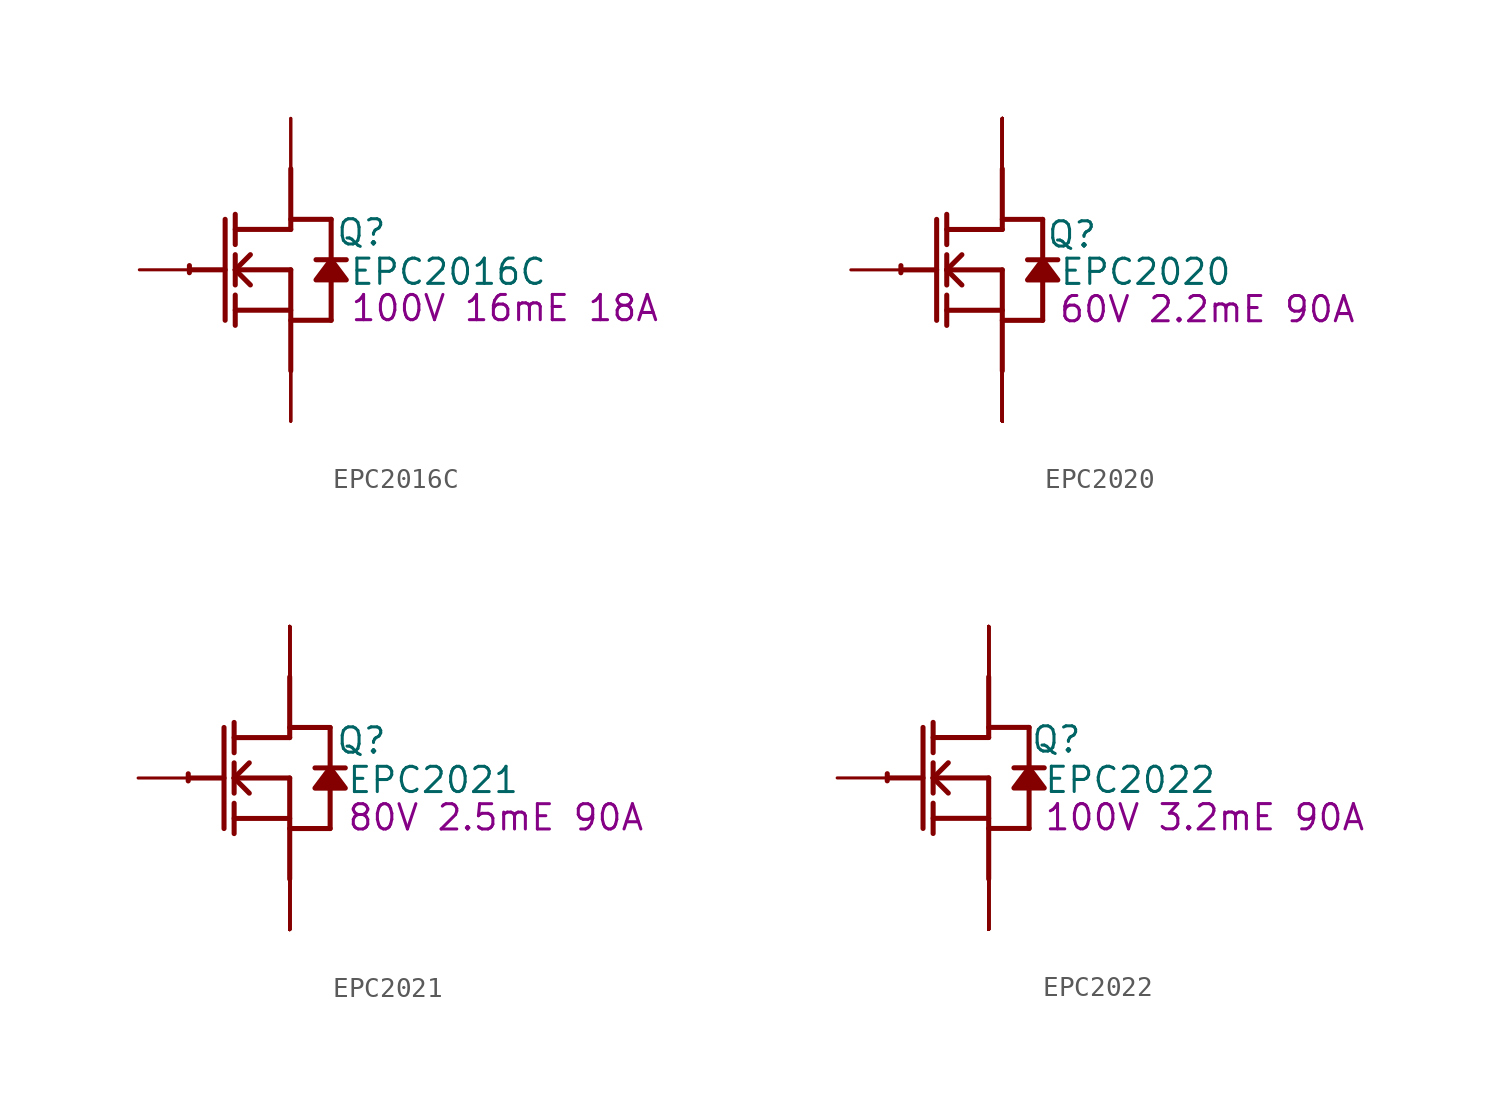
<source format=kicad_sym>
(kicad_symbol_lib
  (version 20241209)
  (generator "kicad_symbol_editor")
  (generator_version "9.0")
  (symbol "EPC2016C"
    (property "Reference" "Q"
      (at 3.556 1.88 0)
      (effects (font (size 1.27 1.27))))
    (property "Value" "EPC2016C"
      (at 7.925 -0.102 0)
      (effects (font (size 1.27 1.27))))
    (property "Description" "100V 16mE 18A"
      (at 10.77 -1.93 0)
      (effects (font (size 1.27 1.27))))
    (symbol "EPC2016C_1_0"
      (polyline (pts (xy -5.08 0) (xy -3.302 0)) (stroke (width 0.254) (type solid)) (fill (type none)))
      (polyline (pts (xy -3.302 2.54) (xy -3.302 -2.54)) (stroke (width 0.254) (type solid)) (fill (type none)))
      (polyline (pts (xy -2.794 1.27) (xy -2.794 2.794)) (stroke (width 0.254) (type solid)) (fill (type none)))
      (polyline (pts (xy -2.794 0) (xy -2.032 0.762)) (stroke (width 0.254) (type solid)) (fill (type none)))
      (polyline (pts (xy -2.794 0) (xy 0 0)) (stroke (width 0.254) (type solid)) (fill (type none)))
      (polyline (pts (xy -2.794 -0.762) (xy -2.794 0.762)) (stroke (width 0.254) (type solid)) (fill (type none)))
      (polyline (pts (xy -2.794 -2.032) (xy 0 -2.032)) (stroke (width 0.254) (type solid)) (fill (type none)))
      (polyline (pts (xy -2.794 -2.794) (xy -2.794 -1.27)) (stroke (width 0.254) (type solid)) (fill (type none)))
      (polyline (pts (xy -2.032 -0.762) (xy -2.794 0)) (stroke (width 0.254) (type solid)) (fill (type none)))
      (polyline (pts (xy 0 2.54) (xy 2.032 2.54)) (stroke (width 0.254) (type solid)) (fill (type none)))
      (polyline (pts (xy 0 2.032) (xy -2.794 2.032)) (stroke (width 0.254) (type solid)) (fill (type none)))
      (polyline (pts (xy 0 2.032) (xy 0 5.08)) (stroke (width 0.254) (type solid)) (fill (type none)))
      (polyline (pts (xy 0 0) (xy 0 -5.08)) (stroke (width 0.254) (type solid)) (fill (type none)))
      (polyline (pts (xy 0 -2.54) (xy 2.032 -2.54)) (stroke (width 0.254) (type solid)) (fill (type none)))
      (arc (start -5.1019 -0.1467) (mid -5.1039 0.0331) (end -5.0996 0.2128) (stroke (width 0.254) (type solid)) (fill (type none)))
      (polyline (pts (xy 2.032 2.54) (xy 2.032 0.508)) (stroke (width 0.254) (type solid)) (fill (type none)))
      (polyline (pts (xy 2.032 0.508) (xy 1.27 -0.508) (xy 2.794 -0.508) (xy 2.032 0.508)) (stroke (width 0.254) (type solid)) (fill (type outline)))
      (polyline (pts (xy 2.032 -0.508) (xy 2.032 -2.54)) (stroke (width 0.254) (type solid)) (fill (type none)))
      (polyline (pts (xy 2.794 0.508) (xy 1.27 0.508)) (stroke (width 0.254) (type solid)) (fill (type none)))
      (pin passive line (at -7.62 0 0) (length 2.54) (name "G" (effects (font (size 0 0)))) (number "1" (effects (font (size 0 0)))))
      (pin open_collector line (at 0 7.62 270) (length 2.54) (name "D1" (effects (font (size 0 0)))) (number "3" (effects (font (size 0 0)))))
      (pin open_collector line (at 0 7.62 270) (length 2.54) (name "D2" (effects (font (size 0 0)))) (number "5" (effects (font (size 0 0)))))
      (pin open_emitter line (at 0 -7.62 90) (length 2.54) (name "Sub" (effects (font (size 0 0)))) (number "2" (effects (font (size 0 0)))))
      (pin open_emitter line (at 0 -7.62 90) (length 2.54) (name "SP1" (effects (font (size 0 0)))) (number "4" (effects (font (size 0 0)))))
      (pin open_emitter line (at 0 -7.62 90) (length 2.54) (name "SP2" (effects (font (size 0 0)))) (number "6" (effects (font (size 0 0)))))))
  (symbol "EPC2020"
    (property "Reference" "Q"
      (at 3.505 1.778 0)
      (effects (font (size 1.27 1.27))))
    (property "Value" "EPC2020"
      (at 7.214 -0.102 0)
      (effects (font (size 1.27 1.27))))
    (property "Description" "60V 2.2mE 90A"
      (at 10.312 -1.981 0)
      (effects (font (size 1.27 1.27))))
    (symbol "EPC2020_1_0"
      (polyline (pts (xy -5.08 0) (xy -3.302 0)) (stroke (width 0.254) (type solid)) (fill (type none)))
      (polyline (pts (xy -3.302 2.54) (xy -3.302 -2.54)) (stroke (width 0.254) (type solid)) (fill (type none)))
      (polyline (pts (xy -2.794 1.27) (xy -2.794 2.794)) (stroke (width 0.254) (type solid)) (fill (type none)))
      (polyline (pts (xy -2.794 0) (xy -2.032 0.762)) (stroke (width 0.254) (type solid)) (fill (type none)))
      (polyline (pts (xy -2.794 0) (xy 0 0)) (stroke (width 0.254) (type solid)) (fill (type none)))
      (polyline (pts (xy -2.794 -0.762) (xy -2.794 0.762)) (stroke (width 0.254) (type solid)) (fill (type none)))
      (polyline (pts (xy -2.794 -2.032) (xy 0 -2.032)) (stroke (width 0.254) (type solid)) (fill (type none)))
      (polyline (pts (xy -2.794 -2.794) (xy -2.794 -1.27)) (stroke (width 0.254) (type solid)) (fill (type none)))
      (polyline (pts (xy -2.032 -0.762) (xy -2.794 0)) (stroke (width 0.254) (type solid)) (fill (type none)))
      (polyline (pts (xy 0 2.54) (xy 2.032 2.54)) (stroke (width 0.254) (type solid)) (fill (type none)))
      (polyline (pts (xy 0 2.032) (xy -2.794 2.032)) (stroke (width 0.254) (type solid)) (fill (type none)))
      (polyline (pts (xy 0 2.032) (xy 0 5.08)) (stroke (width 0.254) (type solid)) (fill (type none)))
      (polyline (pts (xy 0 0) (xy 0 -5.08)) (stroke (width 0.254) (type solid)) (fill (type none)))
      (polyline (pts (xy 0 -2.54) (xy 2.032 -2.54)) (stroke (width 0.254) (type solid)) (fill (type none)))
      (arc (start -5.1019 -0.1467) (mid -5.1039 0.0331) (end -5.0996 0.2128) (stroke (width 0.254) (type solid)) (fill (type none)))
      (polyline (pts (xy 2.032 2.54) (xy 2.032 0.508)) (stroke (width 0.254) (type solid)) (fill (type none)))
      (polyline (pts (xy 2.032 0.508) (xy 1.27 -0.508) (xy 2.794 -0.508) (xy 2.032 0.508)) (stroke (width 0.254) (type solid)) (fill (type outline)))
      (polyline (pts (xy 2.032 -0.508) (xy 2.032 -2.54)) (stroke (width 0.254) (type solid)) (fill (type none)))
      (polyline (pts (xy 2.794 0.508) (xy 1.27 0.508)) (stroke (width 0.254) (type solid)) (fill (type none)))
      (pin passive line (at -7.62 0 0) (length 2.54) (name "G" (effects (font (size 0 0)))) (number "1" (effects (font (size 0 0)))))
      (pin open_collector line (at 0 7.62 270) (length 2.54) (name "D4" (effects (font (size 0 0)))) (number "11" (effects (font (size 0 0)))))
      (pin open_collector line (at 0 7.62 270) (length 2.54) (name "D5" (effects (font (size 0 0)))) (number "12" (effects (font (size 0 0)))))
      (pin open_collector line (at 0 7.62 270) (length 2.54) (name "D6" (effects (font (size 0 0)))) (number "15" (effects (font (size 0 0)))))
      (pin open_collector line (at 0 7.62 270) (length 2.54) (name "D7" (effects (font (size 0 0)))) (number "16" (effects (font (size 0 0)))))
      (pin open_collector line (at 0 7.62 270) (length 2.54) (name "D8" (effects (font (size 0 0)))) (number "19" (effects (font (size 0 0)))))
      (pin open_collector line (at 0 7.62 270) (length 2.54) (name "D9" (effects (font (size 0 0)))) (number "20" (effects (font (size 0 0)))))
      (pin open_collector line (at 0 7.62 270) (length 2.54) (name "D10" (effects (font (size 0 0)))) (number "23" (effects (font (size 0 0)))))
      (pin open_collector line (at 0 7.62 270) (length 2.54) (name "D11" (effects (font (size 0 0)))) (number "24" (effects (font (size 0 0)))))
      (pin open_collector line (at 0 7.62 270) (length 2.54) (name "D12" (effects (font (size 0 0)))) (number "27" (effects (font (size 0 0)))))
      (pin open_collector line (at 0 7.62 270) (length 2.54) (name "D13" (effects (font (size 0 0)))) (number "28" (effects (font (size 0 0)))))
      (pin open_collector line (at 0 7.62 270) (length 2.54) (name "D1" (effects (font (size 0 0)))) (number "3" (effects (font (size 0 0)))))
      (pin open_collector line (at 0 7.62 270) (length 2.54) (name "D1" (effects (font (size 0 0)))) (number "4" (effects (font (size 0 0)))))
      (pin open_collector line (at 0 7.62 270) (length 2.54) (name "D2" (effects (font (size 0 0)))) (number "7" (effects (font (size 0 0)))))
      (pin open_collector line (at 0 7.62 270) (length 2.54) (name "D3" (effects (font (size 0 0)))) (number "8" (effects (font (size 0 0)))))
      (pin open_emitter line (at 0 -7.62 90) (length 2.54) (name "S5" (effects (font (size 0 0)))) (number "10" (effects (font (size 0 0)))))
      (pin open_emitter line (at 0 -7.62 90) (length 2.54) (name "S6" (effects (font (size 0 0)))) (number "13" (effects (font (size 0 0)))))
      (pin open_emitter line (at 0 -7.62 90) (length 2.54) (name "S7" (effects (font (size 0 0)))) (number "14" (effects (font (size 0 0)))))
      (pin open_emitter line (at 0 -7.62 90) (length 2.54) (name "S8" (effects (font (size 0 0)))) (number "17" (effects (font (size 0 0)))))
      (pin open_emitter line (at 0 -7.62 90) (length 2.54) (name "S9" (effects (font (size 0 0)))) (number "18" (effects (font (size 0 0)))))
      (pin open_emitter line (at 0 -7.62 90) (length 2.54) (name "S1" (effects (font (size 0 0)))) (number "2" (effects (font (size 0 0)))))
      (pin open_emitter line (at 0 -7.62 90) (length 2.54) (name "S10" (effects (font (size 0 0)))) (number "21" (effects (font (size 0 0)))))
      (pin open_emitter line (at 0 -7.62 90) (length 2.54) (name "S11" (effects (font (size 0 0)))) (number "22" (effects (font (size 0 0)))))
      (pin open_emitter line (at 0 -7.62 90) (length 2.54) (name "S12" (effects (font (size 0 0)))) (number "25" (effects (font (size 0 0)))))
      (pin open_emitter line (at 0 -7.62 90) (length 2.54) (name "S13" (effects (font (size 0 0)))) (number "26" (effects (font (size 0 0)))))
      (pin open_emitter line (at 0 -7.62 90) (length 2.54) (name "S14" (effects (font (size 0 0)))) (number "29" (effects (font (size 0 0)))))
      (pin open_emitter line (at 0 -7.62 90) (length 2.54) (name "Sub" (effects (font (size 0 0)))) (number "30" (effects (font (size 0 0)))))
      (pin open_emitter line (at 0 -7.62 90) (length 2.54) (name "S2" (effects (font (size 0 0)))) (number "5" (effects (font (size 0 0)))))
      (pin open_emitter line (at 0 -7.62 90) (length 2.54) (name "S3" (effects (font (size 0 0)))) (number "6" (effects (font (size 0 0)))))
      (pin open_emitter line (at 0 -7.62 90) (length 2.54) (name "S4" (effects (font (size 0 0)))) (number "9" (effects (font (size 0 0)))))))
  (symbol "EPC2021"
    (property "Reference" "Q"
      (at 3.607 1.88 0)
      (effects (font (size 1.27 1.27))))
    (property "Value" "EPC2021"
      (at 7.214 -0.102 0)
      (effects (font (size 1.27 1.27))))
    (property "Description" "80V 2.5mE 90A"
      (at 10.363 -1.981 0)
      (effects (font (size 1.27 1.27))))
    (symbol "EPC2021_1_0"
      (polyline (pts (xy -5.08 0) (xy -3.302 0)) (stroke (width 0.254) (type solid)) (fill (type none)))
      (polyline (pts (xy -3.302 2.54) (xy -3.302 -2.54)) (stroke (width 0.254) (type solid)) (fill (type none)))
      (polyline (pts (xy -2.794 1.27) (xy -2.794 2.794)) (stroke (width 0.254) (type solid)) (fill (type none)))
      (polyline (pts (xy -2.794 0) (xy -2.032 0.762)) (stroke (width 0.254) (type solid)) (fill (type none)))
      (polyline (pts (xy -2.794 0) (xy 0 0)) (stroke (width 0.254) (type solid)) (fill (type none)))
      (polyline (pts (xy -2.794 -0.762) (xy -2.794 0.762)) (stroke (width 0.254) (type solid)) (fill (type none)))
      (polyline (pts (xy -2.794 -2.032) (xy 0 -2.032)) (stroke (width 0.254) (type solid)) (fill (type none)))
      (polyline (pts (xy -2.794 -2.794) (xy -2.794 -1.27)) (stroke (width 0.254) (type solid)) (fill (type none)))
      (polyline (pts (xy -2.032 -0.762) (xy -2.794 0)) (stroke (width 0.254) (type solid)) (fill (type none)))
      (polyline (pts (xy 0 2.54) (xy 2.032 2.54)) (stroke (width 0.254) (type solid)) (fill (type none)))
      (polyline (pts (xy 0 2.032) (xy -2.794 2.032)) (stroke (width 0.254) (type solid)) (fill (type none)))
      (polyline (pts (xy 0 2.032) (xy 0 5.08)) (stroke (width 0.254) (type solid)) (fill (type none)))
      (polyline (pts (xy 0 0) (xy 0 -5.08)) (stroke (width 0.254) (type solid)) (fill (type none)))
      (polyline (pts (xy 0 -2.54) (xy 2.032 -2.54)) (stroke (width 0.254) (type solid)) (fill (type none)))
      (arc (start -5.1019 -0.1467) (mid -5.1039 0.0331) (end -5.0996 0.2128) (stroke (width 0.254) (type solid)) (fill (type none)))
      (polyline (pts (xy 2.032 2.54) (xy 2.032 0.508)) (stroke (width 0.254) (type solid)) (fill (type none)))
      (polyline (pts (xy 2.032 0.508) (xy 1.27 -0.508) (xy 2.794 -0.508) (xy 2.032 0.508)) (stroke (width 0.254) (type solid)) (fill (type outline)))
      (polyline (pts (xy 2.032 -0.508) (xy 2.032 -2.54)) (stroke (width 0.254) (type solid)) (fill (type none)))
      (polyline (pts (xy 2.794 0.508) (xy 1.27 0.508)) (stroke (width 0.254) (type solid)) (fill (type none)))
      (pin passive line (at -7.62 0 0) (length 2.54) (name "G" (effects (font (size 0 0)))) (number "1" (effects (font (size 0 0)))))
      (pin open_collector line (at 0 7.62 270) (length 2.54) (name "D5" (effects (font (size 0 0)))) (number "11" (effects (font (size 0 0)))))
      (pin open_collector line (at 0 7.62 270) (length 2.54) (name "D6" (effects (font (size 0 0)))) (number "12" (effects (font (size 0 0)))))
      (pin open_collector line (at 0 7.62 270) (length 2.54) (name "D7" (effects (font (size 0 0)))) (number "15" (effects (font (size 0 0)))))
      (pin open_collector line (at 0 7.62 270) (length 2.54) (name "D8" (effects (font (size 0 0)))) (number "16" (effects (font (size 0 0)))))
      (pin open_collector line (at 0 7.62 270) (length 2.54) (name "D9" (effects (font (size 0 0)))) (number "19" (effects (font (size 0 0)))))
      (pin open_collector line (at 0 7.62 270) (length 2.54) (name "D10" (effects (font (size 0 0)))) (number "20" (effects (font (size 0 0)))))
      (pin open_collector line (at 0 7.62 270) (length 2.54) (name "D11" (effects (font (size 0 0)))) (number "23" (effects (font (size 0 0)))))
      (pin open_collector line (at 0 7.62 270) (length 2.54) (name "D12" (effects (font (size 0 0)))) (number "24" (effects (font (size 0 0)))))
      (pin open_collector line (at 0 7.62 270) (length 2.54) (name "D13" (effects (font (size 0 0)))) (number "27" (effects (font (size 0 0)))))
      (pin open_collector line (at 0 7.62 270) (length 2.54) (name "D14" (effects (font (size 0 0)))) (number "28" (effects (font (size 0 0)))))
      (pin open_collector line (at 0 7.62 270) (length 2.54) (name "D1" (effects (font (size 0 0)))) (number "3" (effects (font (size 0 0)))))
      (pin open_collector line (at 0 7.62 270) (length 2.54) (name "D2" (effects (font (size 0 0)))) (number "4" (effects (font (size 0 0)))))
      (pin open_collector line (at 0 7.62 270) (length 2.54) (name "D3" (effects (font (size 0 0)))) (number "7" (effects (font (size 0 0)))))
      (pin open_collector line (at 0 7.62 270) (length 2.54) (name "D4" (effects (font (size 0 0)))) (number "8" (effects (font (size 0 0)))))
      (pin open_emitter line (at 0 -7.62 90) (length 2.54) (name "S5" (effects (font (size 0 0)))) (number "10" (effects (font (size 0 0)))))
      (pin open_emitter line (at 0 -7.62 90) (length 2.54) (name "S6" (effects (font (size 0 0)))) (number "13" (effects (font (size 0 0)))))
      (pin open_emitter line (at 0 -7.62 90) (length 2.54) (name "S7" (effects (font (size 0 0)))) (number "14" (effects (font (size 0 0)))))
      (pin open_emitter line (at 0 -7.62 90) (length 2.54) (name "S8" (effects (font (size 0 0)))) (number "17" (effects (font (size 0 0)))))
      (pin open_emitter line (at 0 -7.62 90) (length 2.54) (name "S9" (effects (font (size 0 0)))) (number "18" (effects (font (size 0 0)))))
      (pin open_emitter line (at 0 -7.62 90) (length 2.54) (name "S1" (effects (font (size 0 0)))) (number "2" (effects (font (size 0 0)))))
      (pin open_emitter line (at 0 -7.62 90) (length 2.54) (name "S10" (effects (font (size 0 0)))) (number "21" (effects (font (size 0 0)))))
      (pin open_emitter line (at 0 -7.62 90) (length 2.54) (name "S11" (effects (font (size 0 0)))) (number "22" (effects (font (size 0 0)))))
      (pin open_emitter line (at 0 -7.62 90) (length 2.54) (name "S12" (effects (font (size 0 0)))) (number "25" (effects (font (size 0 0)))))
      (pin open_emitter line (at 0 -7.62 90) (length 2.54) (name "S13" (effects (font (size 0 0)))) (number "26" (effects (font (size 0 0)))))
      (pin open_emitter line (at 0 -7.62 90) (length 2.54) (name "S14" (effects (font (size 0 0)))) (number "29" (effects (font (size 0 0)))))
      (pin open_emitter line (at 0 -7.62 90) (length 2.54) (name "Sub" (effects (font (size 0 0)))) (number "30" (effects (font (size 0 0)))))
      (pin open_emitter line (at 0 -7.62 90) (length 2.54) (name "S2" (effects (font (size 0 0)))) (number "5" (effects (font (size 0 0)))))
      (pin open_emitter line (at 0 -7.62 90) (length 2.54) (name "S3" (effects (font (size 0 0)))) (number "6" (effects (font (size 0 0)))))
      (pin open_emitter line (at 0 -7.62 90) (length 2.54) (name "S4" (effects (font (size 0 0)))) (number "9" (effects (font (size 0 0)))))))
  (symbol "EPC2022"
    (property "Reference" "Q"
      (at 3.404 1.93 0)
      (effects (font (size 1.27 1.27))))
    (property "Value" "EPC2022"
      (at 7.112 -0.102 0)
      (effects (font (size 1.27 1.27))))
    (property "Description" "100V 3.2mE 90A"
      (at 10.871 -1.981 0)
      (effects (font (size 1.27 1.27))))
    (symbol "EPC2022_1_0"
      (polyline (pts (xy -5.08 0) (xy -3.302 0)) (stroke (width 0.254) (type solid)) (fill (type none)))
      (polyline (pts (xy -3.302 2.54) (xy -3.302 -2.54)) (stroke (width 0.254) (type solid)) (fill (type none)))
      (polyline (pts (xy -2.794 1.27) (xy -2.794 2.794)) (stroke (width 0.254) (type solid)) (fill (type none)))
      (polyline (pts (xy -2.794 0) (xy -2.032 0.762)) (stroke (width 0.254) (type solid)) (fill (type none)))
      (polyline (pts (xy -2.794 0) (xy 0 0)) (stroke (width 0.254) (type solid)) (fill (type none)))
      (polyline (pts (xy -2.794 -0.762) (xy -2.794 0.762)) (stroke (width 0.254) (type solid)) (fill (type none)))
      (polyline (pts (xy -2.794 -2.032) (xy 0 -2.032)) (stroke (width 0.254) (type solid)) (fill (type none)))
      (polyline (pts (xy -2.794 -2.794) (xy -2.794 -1.27)) (stroke (width 0.254) (type solid)) (fill (type none)))
      (polyline (pts (xy -2.032 -0.762) (xy -2.794 0)) (stroke (width 0.254) (type solid)) (fill (type none)))
      (polyline (pts (xy 0 2.54) (xy 2.032 2.54)) (stroke (width 0.254) (type solid)) (fill (type none)))
      (polyline (pts (xy 0 2.032) (xy -2.794 2.032)) (stroke (width 0.254) (type solid)) (fill (type none)))
      (polyline (pts (xy 0 2.032) (xy 0 5.08)) (stroke (width 0.254) (type solid)) (fill (type none)))
      (polyline (pts (xy 0 0) (xy 0 -5.08)) (stroke (width 0.254) (type solid)) (fill (type none)))
      (polyline (pts (xy 0 -2.54) (xy 2.032 -2.54)) (stroke (width 0.254) (type solid)) (fill (type none)))
      (arc (start -5.1019 -0.1467) (mid -5.1039 0.0331) (end -5.0996 0.2128) (stroke (width 0.254) (type solid)) (fill (type none)))
      (polyline (pts (xy 2.032 2.54) (xy 2.032 0.508)) (stroke (width 0.254) (type solid)) (fill (type none)))
      (polyline (pts (xy 2.032 0.508) (xy 1.27 -0.508) (xy 2.794 -0.508) (xy 2.032 0.508)) (stroke (width 0.254) (type solid)) (fill (type outline)))
      (polyline (pts (xy 2.032 -0.508) (xy 2.032 -2.54)) (stroke (width 0.254) (type solid)) (fill (type none)))
      (polyline (pts (xy 2.794 0.508) (xy 1.27 0.508)) (stroke (width 0.254) (type solid)) (fill (type none)))
      (pin passive line (at -7.62 0 0) (length 2.54) (name "G" (effects (font (size 0 0)))) (number "1" (effects (font (size 0 0)))))
      (pin open_collector line (at 0 7.62 270) (length 2.54) (name "D5" (effects (font (size 0 0)))) (number "11" (effects (font (size 0 0)))))
      (pin open_collector line (at 0 7.62 270) (length 2.54) (name "D6" (effects (font (size 0 0)))) (number "12" (effects (font (size 0 0)))))
      (pin open_collector line (at 0 7.62 270) (length 2.54) (name "D7" (effects (font (size 0 0)))) (number "15" (effects (font (size 0 0)))))
      (pin open_collector line (at 0 7.62 270) (length 2.54) (name "D8" (effects (font (size 0 0)))) (number "16" (effects (font (size 0 0)))))
      (pin open_collector line (at 0 7.62 270) (length 2.54) (name "D9" (effects (font (size 0 0)))) (number "19" (effects (font (size 0 0)))))
      (pin open_collector line (at 0 7.62 270) (length 2.54) (name "D10" (effects (font (size 0 0)))) (number "20" (effects (font (size 0 0)))))
      (pin open_collector line (at 0 7.62 270) (length 2.54) (name "D11" (effects (font (size 0 0)))) (number "23" (effects (font (size 0 0)))))
      (pin open_collector line (at 0 7.62 270) (length 2.54) (name "D12" (effects (font (size 0 0)))) (number "24" (effects (font (size 0 0)))))
      (pin open_collector line (at 0 7.62 270) (length 2.54) (name "D13" (effects (font (size 0 0)))) (number "27" (effects (font (size 0 0)))))
      (pin open_collector line (at 0 7.62 270) (length 2.54) (name "D14" (effects (font (size 0 0)))) (number "28" (effects (font (size 0 0)))))
      (pin open_collector line (at 0 7.62 270) (length 2.54) (name "D1" (effects (font (size 0 0)))) (number "3" (effects (font (size 0 0)))))
      (pin open_collector line (at 0 7.62 270) (length 2.54) (name "D2" (effects (font (size 0 0)))) (number "4" (effects (font (size 0 0)))))
      (pin open_collector line (at 0 7.62 270) (length 2.54) (name "D3" (effects (font (size 0 0)))) (number "7" (effects (font (size 0 0)))))
      (pin open_collector line (at 0 7.62 270) (length 2.54) (name "D4" (effects (font (size 0 0)))) (number "8" (effects (font (size 0 0)))))
      (pin open_emitter line (at 0 -7.62 90) (length 2.54) (name "S5" (effects (font (size 0 0)))) (number "10" (effects (font (size 0 0)))))
      (pin open_emitter line (at 0 -7.62 90) (length 2.54) (name "S6" (effects (font (size 0 0)))) (number "13" (effects (font (size 0 0)))))
      (pin open_emitter line (at 0 -7.62 90) (length 2.54) (name "S7" (effects (font (size 0 0)))) (number "14" (effects (font (size 0 0)))))
      (pin open_emitter line (at 0 -7.62 90) (length 2.54) (name "S8" (effects (font (size 0 0)))) (number "17" (effects (font (size 0 0)))))
      (pin open_emitter line (at 0 -7.62 90) (length 2.54) (name "S9" (effects (font (size 0 0)))) (number "18" (effects (font (size 0 0)))))
      (pin open_emitter line (at 0 -7.62 90) (length 2.54) (name "S1" (effects (font (size 0 0)))) (number "2" (effects (font (size 0 0)))))
      (pin open_emitter line (at 0 -7.62 90) (length 2.54) (name "S10" (effects (font (size 0 0)))) (number "21" (effects (font (size 0 0)))))
      (pin open_emitter line (at 0 -7.62 90) (length 2.54) (name "S11" (effects (font (size 0 0)))) (number "22" (effects (font (size 0 0)))))
      (pin open_emitter line (at 0 -7.62 90) (length 2.54) (name "S12" (effects (font (size 0 0)))) (number "25" (effects (font (size 0 0)))))
      (pin open_emitter line (at 0 -7.62 90) (length 2.54) (name "S13" (effects (font (size 0 0)))) (number "26" (effects (font (size 0 0)))))
      (pin open_emitter line (at 0 -7.62 90) (length 2.54) (name "S14" (effects (font (size 0 0)))) (number "29" (effects (font (size 0 0)))))
      (pin open_emitter line (at 0 -7.62 90) (length 2.54) (name "Sub" (effects (font (size 0 0)))) (number "30" (effects (font (size 0 0)))))
      (pin open_emitter line (at 0 -7.62 90) (length 2.54) (name "S2" (effects (font (size 0 0)))) (number "5" (effects (font (size 0 0)))))
      (pin open_emitter line (at 0 -7.62 90) (length 2.54) (name "S3" (effects (font (size 0 0)))) (number "6" (effects (font (size 0 0)))))
      (pin open_emitter line (at 0 -7.62 90) (length 2.54) (name "S4" (effects (font (size 0 0)))) (number "9" (effects (font (size 0 0))))))))
</source>
